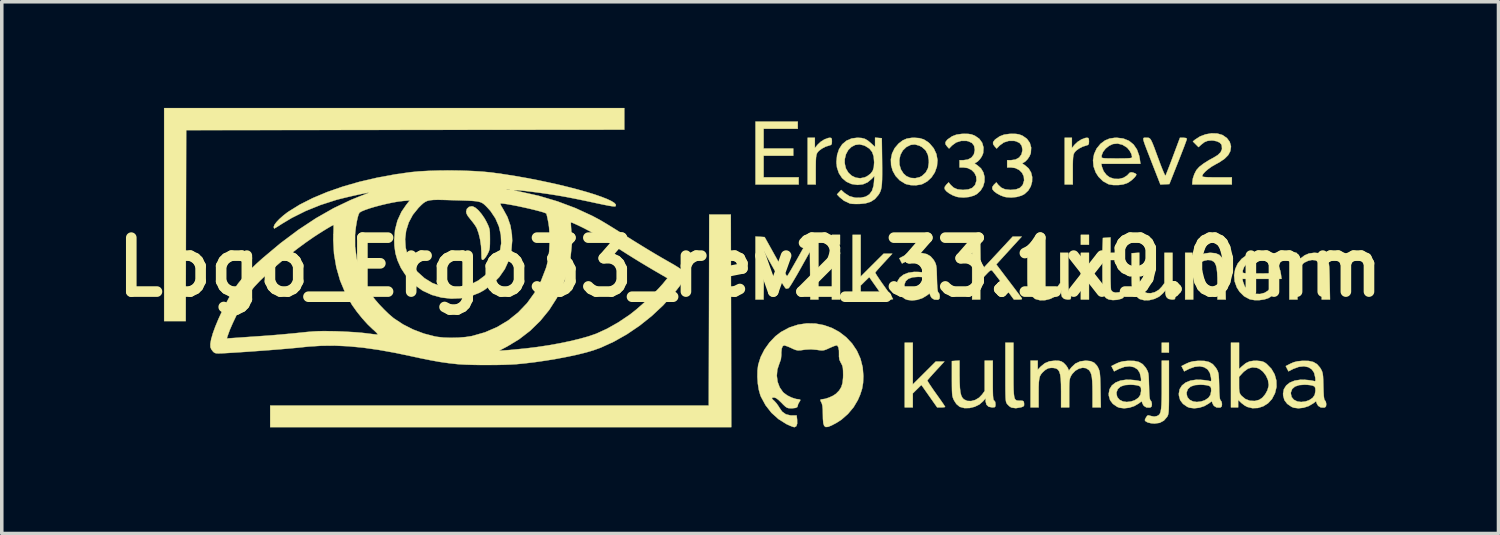
<source format=kicad_pcb>
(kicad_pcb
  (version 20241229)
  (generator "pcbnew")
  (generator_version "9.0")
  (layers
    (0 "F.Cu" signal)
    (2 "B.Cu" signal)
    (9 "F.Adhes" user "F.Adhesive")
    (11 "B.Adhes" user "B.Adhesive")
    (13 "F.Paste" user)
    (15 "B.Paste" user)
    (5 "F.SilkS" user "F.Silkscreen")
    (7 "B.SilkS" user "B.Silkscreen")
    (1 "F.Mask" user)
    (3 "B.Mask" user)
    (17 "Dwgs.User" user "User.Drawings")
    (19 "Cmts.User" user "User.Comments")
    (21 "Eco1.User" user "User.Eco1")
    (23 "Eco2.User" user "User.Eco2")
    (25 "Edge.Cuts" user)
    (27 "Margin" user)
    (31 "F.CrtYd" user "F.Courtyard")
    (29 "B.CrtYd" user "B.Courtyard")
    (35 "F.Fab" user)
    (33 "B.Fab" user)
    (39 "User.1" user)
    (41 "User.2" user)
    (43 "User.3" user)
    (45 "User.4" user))
  (footprint "Logo_Ergo33_rev2_33.1x9.0mm"
    (layer "F.Cu")
    (at 18.15 4.501)
    (property "Reference" "Logo_Ergo33_rev2_33.1x9.0mm" (at 0 0 0) (layer "F.SilkS") (effects (font (size 1.524 1.524) (thickness 0.3))))
    (attr through_hole)
    (fp_poly (pts (xy 2.54 -0.635) (xy 2.311 -0.635) (xy 2.311 -0.914) (xy 2.54 -0.914) (xy 2.54 -0.635)) (stroke (width 0.01) (type solid)) (fill yes) (layer "F.SilkS"))
    (fp_poly (pts (xy 2.54 0.914) (xy 2.311 0.914) (xy 2.311 -0.406) (xy 2.54 -0.406) (xy 2.54 0.914)) (stroke (width 0.01) (type solid)) (fill yes) (layer "F.SilkS"))
    (fp_poly (pts (xy 9.576 -0.635) (xy 9.347 -0.635) (xy 9.347 -0.914) (xy 9.576 -0.914) (xy 9.576 -0.635)) (stroke (width 0.01) (type solid)) (fill yes) (layer "F.SilkS"))
    (fp_poly (pts (xy 9.576 0.914) (xy 9.347 0.914) (xy 9.347 -0.406) (xy 9.576 -0.406) (xy 9.576 0.914)) (stroke (width 0.01) (type solid)) (fill yes) (layer "F.SilkS"))
    (fp_poly (pts (xy 11.836 2.413) (xy 11.633 2.413) (xy 11.633 2.134) (xy 11.836 2.134) (xy 11.836 2.413)) (stroke (width 0.01) (type solid)) (fill yes) (layer "F.SilkS"))
    (fp_poly (pts (xy -0.533 4.521) (xy -13.564 4.521) (xy -13.564 3.912) (xy -1.169 3.912) (xy -1.162 1.213) (xy -1.156 -1.486) (xy -0.546 -1.486) (xy -0.533 4.521)) (stroke (width 0.01) (type solid)) (fill yes) (layer "F.SilkS"))
    (fp_poly (pts (xy -3.556 -3.886) (xy -9.747 -3.88) (xy -15.938 -3.873) (xy -15.945 -1.175) (xy -15.951 1.524) (xy -16.561 1.524) (xy -16.561 -4.496) (xy -3.556 -4.496) (xy -3.556 -3.886)) (stroke (width 0.01) (type solid)) (fill yes) (layer "F.SilkS"))
    (fp_poly (pts (xy 1.346 -3.912) (xy 0.381 -3.912) (xy 0.381 -3.353) (xy 1.219 -3.353) (xy 1.219 -3.15) (xy 0.381 -3.15) (xy 0.381 -2.54) (xy 1.372 -2.54) (xy 1.372 -2.337) (xy 0.152 -2.337) (xy 0.152 -4.115) (xy 1.346 -4.115) (xy 1.346 -3.912)) (stroke (width 0.01) (type solid)) (fill yes) (layer "F.SilkS"))
    (fp_poly (pts (xy 1.829 -3.367) (xy 1.91 -3.465) (xy 1.995 -3.545) (xy 2.098 -3.61) (xy 2.202 -3.65) (xy 2.254 -3.657) (xy 2.291 -3.651) (xy 2.308 -3.621) (xy 2.311 -3.556) (xy 2.307 -3.49) (xy 2.288 -3.457) (xy 2.243 -3.441) (xy 2.242 -3.441) (xy 2.134 -3.407) (xy 2.029 -3.352) (xy 1.943 -3.288) (xy 1.901 -3.239) (xy 1.883 -3.204) (xy 1.871 -3.16) (xy 1.862 -3.098) (xy 1.857 -3.011) (xy 1.855 -2.888) (xy 1.854 -2.75) (xy 1.854 -2.337) (xy 1.626 -2.337) (xy 1.626 -3.658) (xy 1.829 -3.658) (xy 1.829 -3.367)) (stroke (width 0.01) (type solid)) (fill yes) (layer "F.SilkS"))
    (fp_poly (pts (xy 9.093 -3.367) (xy 9.174 -3.465) (xy 9.259 -3.545) (xy 9.363 -3.61) (xy 9.466 -3.65) (xy 9.519 -3.657) (xy 9.556 -3.651) (xy 9.572 -3.621) (xy 9.576 -3.556) (xy 9.572 -3.49) (xy 9.552 -3.457) (xy 9.508 -3.441) (xy 9.506 -3.441) (xy 9.399 -3.407) (xy 9.293 -3.352) (xy 9.207 -3.288) (xy 9.166 -3.239) (xy 9.148 -3.204) (xy 9.135 -3.16) (xy 9.127 -3.098) (xy 9.122 -3.011) (xy 9.119 -2.888) (xy 9.119 -2.75) (xy 9.119 -2.337) (xy 8.89 -2.337) (xy 8.89 -3.658) (xy 9.093 -3.658) (xy 9.093 -3.367)) (stroke (width 0.01) (type solid)) (fill yes) (layer "F.SilkS"))
    (fp_poly (pts (xy 3.124 0.266) (xy 3.448 -0.058) (xy 3.773 -0.381) (xy 4.017 -0.381) (xy 3.78 -0.125) (xy 3.693 -0.03) (xy 3.619 0.052) (xy 3.565 0.114) (xy 3.538 0.148) (xy 3.536 0.152) (xy 3.547 0.178) (xy 3.584 0.239) (xy 3.642 0.326) (xy 3.715 0.433) (xy 3.783 0.529) (xy 3.867 0.646) (xy 3.939 0.749) (xy 3.995 0.83) (xy 4.029 0.883) (xy 4.039 0.9) (xy 4.016 0.908) (xy 3.959 0.914) (xy 3.926 0.914) (xy 3.813 0.914) (xy 3.59 0.597) (xy 3.367 0.28) (xy 3.245 0.399) (xy 3.124 0.519) (xy 3.124 0.914) (xy 2.896 0.914) (xy 2.896 -0.914) (xy 3.124 -0.914) (xy 3.124 0.266)) (stroke (width 0.01) (type solid)) (fill yes) (layer "F.SilkS"))
    (fp_poly (pts (xy 4.597 3.314) (xy 4.922 2.99) (xy 5.246 2.667) (xy 5.49 2.667) (xy 5.253 2.923) (xy 5.166 3.018) (xy 5.093 3.1) (xy 5.039 3.162) (xy 5.011 3.196) (xy 5.009 3.2) (xy 5.02 3.226) (xy 5.057 3.287) (xy 5.115 3.374) (xy 5.188 3.481) (xy 5.256 3.577) (xy 5.34 3.694) (xy 5.412 3.797) (xy 5.468 3.878) (xy 5.502 3.931) (xy 5.512 3.948) (xy 5.489 3.956) (xy 5.432 3.962) (xy 5.399 3.962) (xy 5.286 3.962) (xy 5.063 3.645) (xy 4.84 3.328) (xy 4.719 3.447) (xy 4.597 3.567) (xy 4.597 3.962) (xy 4.369 3.962) (xy 4.369 2.134) (xy 4.597 2.134) (xy 4.597 3.314)) (stroke (width 0.01) (type solid)) (fill yes) (layer "F.SilkS"))
    (fp_poly (pts (xy 6.508 -0.377) (xy 6.515 0.109) (xy 6.968 -0.377) (xy 7.42 -0.864) (xy 7.675 -0.864) (xy 7.316 -0.471) (xy 6.957 -0.078) (xy 7.309 0.387) (xy 7.411 0.521) (xy 7.503 0.643) (xy 7.581 0.746) (xy 7.639 0.825) (xy 7.673 0.872) (xy 7.681 0.883) (xy 7.679 0.903) (xy 7.638 0.912) (xy 7.577 0.914) (xy 7.455 0.914) (xy 7.163 0.519) (xy 7.07 0.394) (xy 6.986 0.282) (xy 6.915 0.191) (xy 6.864 0.126) (xy 6.837 0.094) (xy 6.836 0.094) (xy 6.812 0.086) (xy 6.777 0.102) (xy 6.726 0.148) (xy 6.651 0.226) (xy 6.502 0.388) (xy 6.502 0.914) (xy 6.274 0.914) (xy 6.274 -0.864) (xy 6.501 -0.864) (xy 6.508 -0.377)) (stroke (width 0.01) (type solid)) (fill yes) (layer "F.SilkS"))
    (fp_poly (pts (xy 7.442 2.903) (xy 7.442 3.136) (xy 7.443 3.323) (xy 7.446 3.469) (xy 7.453 3.58) (xy 7.463 3.659) (xy 7.478 3.713) (xy 7.5 3.746) (xy 7.529 3.764) (xy 7.566 3.771) (xy 7.612 3.772) (xy 7.624 3.772) (xy 7.693 3.775) (xy 7.726 3.789) (xy 7.739 3.827) (xy 7.742 3.853) (xy 7.742 3.907) (xy 7.721 3.936) (xy 7.664 3.958) (xy 7.653 3.961) (xy 7.51 3.985) (xy 7.392 3.969) (xy 7.376 3.963) (xy 7.323 3.928) (xy 7.269 3.873) (xy 7.268 3.872) (xy 7.253 3.852) (xy 7.241 3.829) (xy 7.232 3.798) (xy 7.225 3.753) (xy 7.22 3.688) (xy 7.217 3.599) (xy 7.215 3.48) (xy 7.214 3.324) (xy 7.214 3.127) (xy 7.214 2.968) (xy 7.214 2.134) (xy 7.442 2.134) (xy 7.442 2.903)) (stroke (width 0.01) (type solid)) (fill yes) (layer "F.SilkS"))
    (fp_poly (pts (xy 11.836 3.394) (xy 11.836 3.61) (xy 11.836 3.782) (xy 11.834 3.915) (xy 11.831 4.014) (xy 11.826 4.088) (xy 11.819 4.14) (xy 11.81 4.178) (xy 11.798 4.207) (xy 11.784 4.231) (xy 11.693 4.336) (xy 11.575 4.399) (xy 11.428 4.419) (xy 11.427 4.419) (xy 11.334 4.411) (xy 11.252 4.392) (xy 11.22 4.38) (xy 11.17 4.349) (xy 11.155 4.321) (xy 11.172 4.278) (xy 11.192 4.243) (xy 11.222 4.199) (xy 11.255 4.186) (xy 11.309 4.2) (xy 11.323 4.205) (xy 11.419 4.223) (xy 11.488 4.21) (xy 11.528 4.193) (xy 11.56 4.168) (xy 11.585 4.131) (xy 11.603 4.075) (xy 11.616 3.996) (xy 11.625 3.887) (xy 11.63 3.745) (xy 11.633 3.562) (xy 11.633 3.334) (xy 11.633 3.328) (xy 11.633 2.642) (xy 11.836 2.642) (xy 11.836 3.394)) (stroke (width 0.01) (type solid)) (fill yes) (layer "F.SilkS"))
    (fp_poly (pts (xy 0.281 -0.859) (xy 0.41 -0.851) (xy 0.718 -0.298) (xy 0.803 -0.147) (xy 0.881 -0.011) (xy 0.947 0.102) (xy 0.999 0.188) (xy 1.032 0.241) (xy 1.044 0.254) (xy 1.06 0.233) (xy 1.098 0.173) (xy 1.153 0.08) (xy 1.221 -0.039) (xy 1.301 -0.179) (xy 1.372 -0.305) (xy 1.683 -0.864) (xy 1.93 -0.864) (xy 1.93 0.914) (xy 1.703 0.914) (xy 1.696 0.239) (xy 1.689 -0.437) (xy 1.408 0.066) (xy 1.325 0.212) (xy 1.248 0.343) (xy 1.182 0.454) (xy 1.13 0.536) (xy 1.096 0.584) (xy 1.087 0.593) (xy 1.034 0.607) (xy 1.01 0.603) (xy 0.987 0.577) (xy 0.944 0.514) (xy 0.884 0.418) (xy 0.812 0.298) (xy 0.731 0.158) (xy 0.683 0.073) (xy 0.394 -0.443) (xy 0.38 0.914) (xy 0.152 0.914) (xy 0.152 -0.866) (xy 0.281 -0.859)) (stroke (width 0.01) (type solid)) (fill yes) (layer "F.SilkS"))
    (fp_poly (pts (xy -7.834 -1.716) (xy -7.761 -1.678) (xy -7.676 -1.603) (xy -7.588 -1.499) (xy -7.504 -1.376) (xy -7.449 -1.276) (xy -7.408 -1.19) (xy -7.381 -1.124) (xy -7.364 -1.06) (xy -7.356 -0.987) (xy -7.354 -0.887) (xy -7.353 -0.789) (xy -7.354 -0.66) (xy -7.358 -0.569) (xy -7.367 -0.502) (xy -7.384 -0.447) (xy -7.412 -0.389) (xy -7.429 -0.356) (xy -7.476 -0.281) (xy -7.521 -0.227) (xy -7.55 -0.208) (xy -7.571 -0.209) (xy -7.585 -0.228) (xy -7.592 -0.274) (xy -7.594 -0.357) (xy -7.595 -0.426) (xy -7.605 -0.603) (xy -7.632 -0.787) (xy -7.674 -0.959) (xy -7.725 -1.101) (xy -7.736 -1.122) (xy -7.774 -1.184) (xy -7.834 -1.266) (xy -7.902 -1.35) (xy -7.902 -1.351) (xy -7.977 -1.445) (xy -8.016 -1.518) (xy -8.026 -1.572) (xy -8.004 -1.649) (xy -7.947 -1.703) (xy -7.869 -1.721) (xy -7.834 -1.716)) (stroke (width 0.01) (type solid)) (fill yes) (layer "F.SilkS"))
    (fp_poly (pts (xy 12.497 -0.146) (xy 12.601 -0.241) (xy 12.724 -0.334) (xy 12.847 -0.387) (xy 12.988 -0.406) (xy 13.018 -0.406) (xy 13.156 -0.393) (xy 13.259 -0.349) (xy 13.337 -0.269) (xy 13.366 -0.222) (xy 13.385 -0.181) (xy 13.4 -0.139) (xy 13.41 -0.085) (xy 13.418 -0.014) (xy 13.424 0.084) (xy 13.428 0.216) (xy 13.432 0.391) (xy 13.432 0.4) (xy 13.442 0.914) (xy 13.208 0.914) (xy 13.208 0.502) (xy 13.206 0.305) (xy 13.199 0.152) (xy 13.186 0.036) (xy 13.166 -0.05) (xy 13.138 -0.112) (xy 13.105 -0.154) (xy 13.03 -0.196) (xy 12.932 -0.204) (xy 12.825 -0.181) (xy 12.719 -0.131) (xy 12.627 -0.057) (xy 12.587 -0.007) (xy 12.563 0.031) (xy 12.545 0.067) (xy 12.534 0.111) (xy 12.527 0.173) (xy 12.524 0.26) (xy 12.522 0.383) (xy 12.522 0.501) (xy 12.522 0.914) (xy 12.294 0.914) (xy 12.294 -0.406) (xy 12.497 -0.406) (xy 12.497 -0.146)) (stroke (width 0.01) (type solid)) (fill yes) (layer "F.SilkS"))
    (fp_poly (pts (xy 15.443 -0.146) (xy 15.548 -0.241) (xy 15.67 -0.334) (xy 15.793 -0.387) (xy 15.935 -0.406) (xy 15.964 -0.406) (xy 16.102 -0.393) (xy 16.206 -0.349) (xy 16.283 -0.269) (xy 16.312 -0.222) (xy 16.331 -0.181) (xy 16.346 -0.139) (xy 16.357 -0.085) (xy 16.365 -0.014) (xy 16.37 0.084) (xy 16.374 0.216) (xy 16.378 0.391) (xy 16.378 0.4) (xy 16.388 0.914) (xy 16.154 0.914) (xy 16.154 0.502) (xy 16.152 0.305) (xy 16.145 0.152) (xy 16.132 0.036) (xy 16.112 -0.05) (xy 16.084 -0.112) (xy 16.051 -0.154) (xy 15.976 -0.196) (xy 15.879 -0.204) (xy 15.771 -0.181) (xy 15.665 -0.131) (xy 15.573 -0.057) (xy 15.533 -0.007) (xy 15.509 0.031) (xy 15.492 0.067) (xy 15.48 0.111) (xy 15.474 0.173) (xy 15.47 0.26) (xy 15.469 0.383) (xy 15.469 0.501) (xy 15.469 0.914) (xy 15.24 0.914) (xy 15.24 -0.406) (xy 15.443 -0.406) (xy 15.443 -0.146)) (stroke (width 0.01) (type solid)) (fill yes) (layer "F.SilkS"))
    (fp_poly (pts (xy 10.185 -0.406) (xy 10.49 -0.406) (xy 10.49 -0.203) (xy 10.185 -0.203) (xy 10.185 0.201) (xy 10.186 0.342) (xy 10.189 0.467) (xy 10.193 0.566) (xy 10.198 0.63) (xy 10.202 0.648) (xy 10.246 0.697) (xy 10.323 0.719) (xy 10.42 0.71) (xy 10.428 0.708) (xy 10.505 0.697) (xy 10.549 0.72) (xy 10.565 0.784) (xy 10.566 0.807) (xy 10.546 0.862) (xy 10.497 0.891) (xy 10.377 0.922) (xy 10.252 0.93) (xy 10.143 0.914) (xy 10.115 0.903) (xy 10.063 0.874) (xy 10.024 0.835) (xy 9.996 0.779) (xy 9.976 0.699) (xy 9.964 0.59) (xy 9.959 0.443) (xy 9.957 0.253) (xy 9.957 0.244) (xy 9.957 -0.2) (xy 9.874 -0.208) (xy 9.819 -0.218) (xy 9.796 -0.246) (xy 9.792 -0.305) (xy 9.796 -0.365) (xy 9.82 -0.392) (xy 9.873 -0.402) (xy 9.955 -0.409) (xy 9.962 -0.617) (xy 9.97 -0.826) (xy 10.077 -0.833) (xy 10.185 -0.841) (xy 10.185 -0.406)) (stroke (width 0.01) (type solid)) (fill yes) (layer "F.SilkS"))
    (fp_poly (pts (xy 11.188 -3.658) (xy 11.198 -3.658) (xy 11.235 -3.658) (xy 11.265 -3.654) (xy 11.291 -3.641) (xy 11.316 -3.614) (xy 11.343 -3.567) (xy 11.376 -3.494) (xy 11.417 -3.391) (xy 11.468 -3.252) (xy 11.535 -3.071) (xy 11.546 -3.042) (xy 11.599 -2.898) (xy 11.648 -2.774) (xy 11.689 -2.676) (xy 11.719 -2.61) (xy 11.736 -2.585) (xy 11.737 -2.585) (xy 11.751 -2.613) (xy 11.779 -2.682) (xy 11.819 -2.784) (xy 11.869 -2.913) (xy 11.925 -3.061) (xy 11.951 -3.131) (xy 12.148 -3.658) (xy 12.246 -3.658) (xy 12.316 -3.65) (xy 12.343 -3.629) (xy 12.343 -3.626) (xy 12.334 -3.595) (xy 12.308 -3.523) (xy 12.269 -3.417) (xy 12.217 -3.283) (xy 12.157 -3.129) (xy 12.095 -2.972) (xy 11.848 -2.349) (xy 11.722 -2.343) (xy 11.595 -2.336) (xy 11.359 -2.94) (xy 11.28 -3.144) (xy 11.217 -3.305) (xy 11.17 -3.429) (xy 11.137 -3.52) (xy 11.118 -3.583) (xy 11.112 -3.624) (xy 11.117 -3.647) (xy 11.132 -3.657) (xy 11.156 -3.659) (xy 11.188 -3.658)) (stroke (width 0.01) (type solid)) (fill yes) (layer "F.SilkS"))
    (fp_poly (pts (xy 5.918 3.048) (xy 5.921 3.252) (xy 5.929 3.412) (xy 5.943 3.534) (xy 5.965 3.624) (xy 5.997 3.688) (xy 6.038 3.733) (xy 6.039 3.734) (xy 6.134 3.779) (xy 6.245 3.784) (xy 6.361 3.753) (xy 6.469 3.689) (xy 6.556 3.599) (xy 6.629 3.498) (xy 6.629 2.642) (xy 6.858 2.642) (xy 6.858 3.198) (xy 6.858 3.383) (xy 6.86 3.524) (xy 6.863 3.626) (xy 6.869 3.696) (xy 6.876 3.739) (xy 6.887 3.761) (xy 6.896 3.768) (xy 6.925 3.805) (xy 6.934 3.873) (xy 6.931 3.93) (xy 6.912 3.956) (xy 6.862 3.962) (xy 6.834 3.962) (xy 6.74 3.943) (xy 6.68 3.886) (xy 6.655 3.793) (xy 6.655 3.777) (xy 6.655 3.705) (xy 6.586 3.786) (xy 6.48 3.879) (xy 6.348 3.944) (xy 6.203 3.98) (xy 6.06 3.983) (xy 5.932 3.949) (xy 5.918 3.942) (xy 5.829 3.867) (xy 5.766 3.77) (xy 5.744 3.725) (xy 5.728 3.682) (xy 5.716 3.634) (xy 5.709 3.571) (xy 5.705 3.486) (xy 5.703 3.369) (xy 5.702 3.213) (xy 5.702 3.15) (xy 5.702 2.654) (xy 5.81 2.646) (xy 5.918 2.639) (xy 5.918 3.048)) (stroke (width 0.01) (type solid)) (fill yes) (layer "F.SilkS"))
    (fp_poly (pts (xy 8.052 -0.000009) (xy 8.054 0.204) (xy 8.062 0.364) (xy 8.077 0.486) (xy 8.099 0.576) (xy 8.13 0.64) (xy 8.171 0.685) (xy 8.173 0.686) (xy 8.267 0.731) (xy 8.379 0.736) (xy 8.494 0.705) (xy 8.603 0.641) (xy 8.69 0.551) (xy 8.763 0.45) (xy 8.763 -0.406) (xy 8.992 -0.406) (xy 8.992 0.15) (xy 8.992 0.335) (xy 8.994 0.476) (xy 8.997 0.578) (xy 9.002 0.648) (xy 9.01 0.691) (xy 9.02 0.713) (xy 9.03 0.72) (xy 9.059 0.757) (xy 9.068 0.825) (xy 9.065 0.882) (xy 9.046 0.908) (xy 8.996 0.914) (xy 8.968 0.914) (xy 8.874 0.895) (xy 8.813 0.838) (xy 8.789 0.745) (xy 8.788 0.729) (xy 8.788 0.657) (xy 8.72 0.738) (xy 8.614 0.831) (xy 8.482 0.896) (xy 8.337 0.932) (xy 8.194 0.935) (xy 8.066 0.901) (xy 8.051 0.894) (xy 7.962 0.819) (xy 7.899 0.722) (xy 7.878 0.677) (xy 7.861 0.634) (xy 7.85 0.586) (xy 7.843 0.523) (xy 7.838 0.438) (xy 7.836 0.321) (xy 7.836 0.165) (xy 7.836 0.102) (xy 7.836 -0.394) (xy 7.944 -0.402) (xy 8.052 -0.409) (xy 8.052 -0.000009)) (stroke (width 0.01) (type solid)) (fill yes) (layer "F.SilkS"))
    (fp_poly (pts (xy 10.998 -0.000009) (xy 11.001 0.204) (xy 11.009 0.364) (xy 11.023 0.486) (xy 11.045 0.576) (xy 11.077 0.64) (xy 11.118 0.685) (xy 11.119 0.686) (xy 11.214 0.731) (xy 11.325 0.736) (xy 11.441 0.705) (xy 11.549 0.641) (xy 11.636 0.551) (xy 11.709 0.45) (xy 11.709 -0.406) (xy 11.938 -0.406) (xy 11.938 0.15) (xy 11.938 0.335) (xy 11.94 0.476) (xy 11.943 0.578) (xy 11.949 0.648) (xy 11.956 0.691) (xy 11.967 0.713) (xy 11.976 0.72) (xy 12.005 0.757) (xy 12.014 0.825) (xy 12.011 0.882) (xy 11.992 0.908) (xy 11.942 0.914) (xy 11.914 0.914) (xy 11.82 0.895) (xy 11.76 0.838) (xy 11.735 0.745) (xy 11.735 0.729) (xy 11.735 0.657) (xy 11.666 0.738) (xy 11.56 0.831) (xy 11.428 0.896) (xy 11.283 0.932) (xy 11.14 0.935) (xy 11.012 0.901) (xy 10.998 0.894) (xy 10.909 0.819) (xy 10.846 0.722) (xy 10.824 0.677) (xy 10.808 0.634) (xy 10.796 0.586) (xy 10.789 0.523) (xy 10.785 0.438) (xy 10.783 0.321) (xy 10.782 0.165) (xy 10.782 0.102) (xy 10.782 -0.394) (xy 10.89 -0.402) (xy 10.998 -0.409) (xy 10.998 -0.000009)) (stroke (width 0.01) (type solid)) (fill yes) (layer "F.SilkS"))
    (fp_poly (pts (xy 13.201 -3.778) (xy 13.344 -3.737) (xy 13.36 -3.729) (xy 13.476 -3.647) (xy 13.554 -3.542) (xy 13.588 -3.423) (xy 13.589 -3.399) (xy 13.57 -3.278) (xy 13.511 -3.168) (xy 13.408 -3.064) (xy 13.26 -2.964) (xy 13.155 -2.907) (xy 13.048 -2.846) (xy 12.947 -2.774) (xy 12.862 -2.701) (xy 12.802 -2.635) (xy 12.777 -2.583) (xy 12.776 -2.578) (xy 12.783 -2.564) (xy 12.807 -2.553) (xy 12.856 -2.547) (xy 12.937 -2.542) (xy 13.055 -2.54) (xy 13.195 -2.54) (xy 13.614 -2.54) (xy 13.614 -2.337) (xy 12.497 -2.337) (xy 12.497 -2.394) (xy 12.513 -2.508) (xy 12.555 -2.633) (xy 12.613 -2.745) (xy 12.615 -2.747) (xy 12.693 -2.834) (xy 12.814 -2.928) (xy 12.968 -3.025) (xy 13.08 -3.086) (xy 13.213 -3.166) (xy 13.298 -3.249) (xy 13.336 -3.337) (xy 13.33 -3.434) (xy 13.319 -3.466) (xy 13.275 -3.518) (xy 13.194 -3.557) (xy 13.09 -3.579) (xy 13.042 -3.581) (xy 12.932 -3.571) (xy 12.842 -3.536) (xy 12.751 -3.465) (xy 12.744 -3.459) (xy 12.673 -3.393) (xy 12.513 -3.553) (xy 12.575 -3.605) (xy 12.713 -3.694) (xy 12.872 -3.754) (xy 13.039 -3.783) (xy 13.201 -3.778)) (stroke (width 0.01) (type solid)) (fill yes) (layer "F.SilkS"))
    (fp_poly (pts (xy 4.786 -3.647) (xy 4.909 -3.61) (xy 5.021 -3.539) (xy 5.075 -3.494) (xy 5.19 -3.357) (xy 5.264 -3.198) (xy 5.295 -3.026) (xy 5.28 -2.85) (xy 5.219 -2.678) (xy 5.218 -2.677) (xy 5.125 -2.537) (xy 5.005 -2.425) (xy 4.871 -2.351) (xy 4.832 -2.338) (xy 4.688 -2.315) (xy 4.54 -2.319) (xy 4.407 -2.348) (xy 4.38 -2.359) (xy 4.228 -2.454) (xy 4.111 -2.578) (xy 4.029 -2.724) (xy 3.984 -2.883) (xy 3.978 -3.039) (xy 4.217 -3.039) (xy 4.221 -2.897) (xy 4.261 -2.762) (xy 4.336 -2.644) (xy 4.417 -2.573) (xy 4.533 -2.523) (xy 4.663 -2.514) (xy 4.79 -2.543) (xy 4.858 -2.579) (xy 4.963 -2.676) (xy 5.027 -2.798) (xy 5.051 -2.95) (xy 5.05 -3.023) (xy 5.023 -3.179) (xy 4.96 -3.302) (xy 4.857 -3.394) (xy 4.782 -3.434) (xy 4.658 -3.469) (xy 4.542 -3.458) (xy 4.421 -3.399) (xy 4.416 -3.396) (xy 4.315 -3.299) (xy 4.248 -3.176) (xy 4.217 -3.039) (xy 3.978 -3.039) (xy 3.978 -3.049) (xy 4.011 -3.212) (xy 4.085 -3.364) (xy 4.196 -3.494) (xy 4.311 -3.582) (xy 4.426 -3.633) (xy 4.562 -3.655) (xy 4.636 -3.658) (xy 4.786 -3.647)) (stroke (width 0.01) (type solid)) (fill yes) (layer "F.SilkS"))
    (fp_poly (pts (xy 13.818 2.88) (xy 13.9 2.802) (xy 14.009 2.713) (xy 14.116 2.663) (xy 14.24 2.645) (xy 14.328 2.646) (xy 14.43 2.655) (xy 14.501 2.673) (xy 14.562 2.707) (xy 14.597 2.734) (xy 14.732 2.872) (xy 14.824 3.031) (xy 14.872 3.205) (xy 14.876 3.384) (xy 14.833 3.562) (xy 14.747 3.727) (xy 14.637 3.846) (xy 14.502 3.931) (xy 14.351 3.979) (xy 14.196 3.985) (xy 14.047 3.948) (xy 14.046 3.947) (xy 13.969 3.904) (xy 13.891 3.844) (xy 13.875 3.829) (xy 13.792 3.749) (xy 13.792 3.962) (xy 13.589 3.962) (xy 13.589 3.098) (xy 13.818 3.098) (xy 13.818 3.325) (xy 13.819 3.436) (xy 13.825 3.51) (xy 13.838 3.561) (xy 13.862 3.603) (xy 13.886 3.634) (xy 13.995 3.725) (xy 14.125 3.775) (xy 14.265 3.781) (xy 14.387 3.749) (xy 14.477 3.688) (xy 14.558 3.592) (xy 14.62 3.478) (xy 14.653 3.36) (xy 14.656 3.317) (xy 14.635 3.188) (xy 14.578 3.062) (xy 14.495 2.953) (xy 14.394 2.874) (xy 14.323 2.844) (xy 14.193 2.831) (xy 14.072 2.866) (xy 13.956 2.95) (xy 13.922 2.984) (xy 13.818 3.098) (xy 13.589 3.098) (xy 13.589 2.134) (xy 13.818 2.134) (xy 13.818 2.88)) (stroke (width 0.01) (type solid)) (fill yes) (layer "F.SilkS"))
    (fp_poly (pts (xy 10.547 -3.636) (xy 10.706 -3.572) (xy 10.835 -3.468) (xy 10.932 -3.326) (xy 10.995 -3.149) (xy 11.013 -3.052) (xy 11.03 -2.921) (xy 9.925 -2.921) (xy 9.941 -2.841) (xy 9.989 -2.714) (xy 10.071 -2.606) (xy 10.162 -2.539) (xy 10.29 -2.497) (xy 10.425 -2.494) (xy 10.551 -2.526) (xy 10.655 -2.592) (xy 10.687 -2.627) (xy 10.731 -2.672) (xy 10.777 -2.682) (xy 10.823 -2.673) (xy 10.882 -2.651) (xy 10.914 -2.626) (xy 10.915 -2.624) (xy 10.904 -2.587) (xy 10.861 -2.533) (xy 10.797 -2.472) (xy 10.722 -2.415) (xy 10.653 -2.375) (xy 10.543 -2.339) (xy 10.407 -2.321) (xy 10.268 -2.321) (xy 10.148 -2.34) (xy 10.125 -2.347) (xy 9.972 -2.431) (xy 9.845 -2.556) (xy 9.767 -2.678) (xy 9.706 -2.848) (xy 9.691 -3.024) (xy 9.709 -3.125) (xy 9.931 -3.125) (xy 9.933 -3.107) (xy 9.944 -3.093) (xy 9.971 -3.084) (xy 10.021 -3.078) (xy 10.1 -3.075) (xy 10.217 -3.074) (xy 10.363 -3.073) (xy 10.523 -3.074) (xy 10.638 -3.076) (xy 10.717 -3.08) (xy 10.764 -3.087) (xy 10.788 -3.097) (xy 10.795 -3.111) (xy 10.795 -3.112) (xy 10.776 -3.196) (xy 10.728 -3.289) (xy 10.661 -3.371) (xy 10.645 -3.385) (xy 10.521 -3.461) (xy 10.386 -3.494) (xy 10.253 -3.481) (xy 10.25 -3.48) (xy 10.142 -3.429) (xy 10.046 -3.351) (xy 9.973 -3.258) (xy 9.935 -3.161) (xy 9.931 -3.125) (xy 9.709 -3.125) (xy 9.721 -3.195) (xy 9.793 -3.353) (xy 9.905 -3.489) (xy 9.908 -3.491) (xy 10.03 -3.582) (xy 10.158 -3.635) (xy 10.31 -3.657) (xy 10.361 -3.658) (xy 10.547 -3.636)) (stroke (width 0.01) (type solid)) (fill yes) (layer "F.SilkS"))
    (fp_poly (pts (xy 14.535 -0.385) (xy 14.694 -0.321) (xy 14.823 -0.217) (xy 14.92 -0.075) (xy 14.983 0.103) (xy 15.001 0.199) (xy 15.018 0.33) (xy 13.913 0.33) (xy 13.929 0.41) (xy 13.976 0.537) (xy 14.059 0.646) (xy 14.149 0.712) (xy 14.278 0.754) (xy 14.412 0.758) (xy 14.539 0.725) (xy 14.643 0.659) (xy 14.675 0.624) (xy 14.719 0.579) (xy 14.765 0.569) (xy 14.811 0.578) (xy 14.87 0.6) (xy 14.902 0.626) (xy 14.903 0.628) (xy 14.892 0.664) (xy 14.849 0.718) (xy 14.784 0.779) (xy 14.71 0.836) (xy 14.641 0.877) (xy 14.53 0.912) (xy 14.395 0.931) (xy 14.256 0.931) (xy 14.136 0.911) (xy 14.113 0.904) (xy 13.96 0.821) (xy 13.833 0.695) (xy 13.755 0.573) (xy 13.694 0.403) (xy 13.679 0.228) (xy 13.697 0.126) (xy 13.919 0.126) (xy 13.921 0.145) (xy 13.932 0.158) (xy 13.959 0.168) (xy 14.008 0.173) (xy 14.088 0.176) (xy 14.205 0.178) (xy 14.351 0.178) (xy 14.511 0.177) (xy 14.626 0.175) (xy 14.704 0.171) (xy 14.752 0.164) (xy 14.776 0.154) (xy 14.783 0.14) (xy 14.783 0.139) (xy 14.764 0.055) (xy 14.716 -0.038) (xy 14.649 -0.119) (xy 14.633 -0.134) (xy 14.509 -0.209) (xy 14.374 -0.242) (xy 14.24 -0.229) (xy 14.238 -0.229) (xy 14.13 -0.178) (xy 14.034 -0.1) (xy 13.961 -0.007) (xy 13.923 0.09) (xy 13.919 0.126) (xy 13.697 0.126) (xy 13.708 0.056) (xy 13.78 -0.102) (xy 13.893 -0.238) (xy 13.896 -0.24) (xy 14.018 -0.331) (xy 14.146 -0.384) (xy 14.298 -0.405) (xy 14.349 -0.406) (xy 14.535 -0.385)) (stroke (width 0.01) (type solid)) (fill yes) (layer "F.SilkS"))
    (fp_poly (pts (xy 8.128 2.899) (xy 8.213 2.809) (xy 8.328 2.715) (xy 8.459 2.66) (xy 8.62 2.642) (xy 8.633 2.642) (xy 8.728 2.646) (xy 8.793 2.662) (xy 8.849 2.696) (xy 8.866 2.71) (xy 8.927 2.773) (xy 8.973 2.84) (xy 8.978 2.851) (xy 9.009 2.924) (xy 9.078 2.833) (xy 9.189 2.727) (xy 9.328 2.662) (xy 9.488 2.642) (xy 9.624 2.656) (xy 9.725 2.701) (xy 9.803 2.785) (xy 9.836 2.844) (xy 9.856 2.888) (xy 9.871 2.934) (xy 9.882 2.991) (xy 9.889 3.066) (xy 9.895 3.168) (xy 9.899 3.306) (xy 9.902 3.461) (xy 9.911 3.962) (xy 9.677 3.962) (xy 9.677 3.562) (xy 9.675 3.371) (xy 9.669 3.222) (xy 9.658 3.11) (xy 9.64 3.026) (xy 9.615 2.964) (xy 9.582 2.915) (xy 9.573 2.906) (xy 9.493 2.854) (xy 9.396 2.842) (xy 9.293 2.867) (xy 9.192 2.925) (xy 9.106 3.014) (xy 9.075 3.061) (xy 9.053 3.104) (xy 9.038 3.147) (xy 9.027 3.202) (xy 9.021 3.277) (xy 9.018 3.382) (xy 9.017 3.526) (xy 9.017 3.562) (xy 9.017 3.962) (xy 8.788 3.962) (xy 8.788 3.517) (xy 8.786 3.313) (xy 8.779 3.155) (xy 8.763 3.036) (xy 8.737 2.951) (xy 8.699 2.895) (xy 8.646 2.862) (xy 8.577 2.848) (xy 8.512 2.845) (xy 8.427 2.856) (xy 8.353 2.897) (xy 8.318 2.925) (xy 8.26 2.979) (xy 8.218 3.03) (xy 8.188 3.087) (xy 8.17 3.16) (xy 8.159 3.257) (xy 8.154 3.387) (xy 8.153 3.555) (xy 8.153 3.962) (xy 7.925 3.962) (xy 7.925 2.642) (xy 8.128 2.642) (xy 8.128 2.899)) (stroke (width 0.01) (type solid)) (fill yes) (layer "F.SilkS"))
    (fp_poly (pts (xy 6.164 -3.767) (xy 6.253 -3.753) (xy 6.334 -3.723) (xy 6.355 -3.713) (xy 6.477 -3.628) (xy 6.558 -3.515) (xy 6.596 -3.381) (xy 6.587 -3.233) (xy 6.581 -3.209) (xy 6.547 -3.13) (xy 6.493 -3.051) (xy 6.431 -2.987) (xy 6.372 -2.95) (xy 6.352 -2.946) (xy 6.348 -2.935) (xy 6.381 -2.906) (xy 6.418 -2.883) (xy 6.524 -2.792) (xy 6.592 -2.678) (xy 6.625 -2.549) (xy 6.622 -2.415) (xy 6.585 -2.284) (xy 6.514 -2.166) (xy 6.412 -2.07) (xy 6.324 -2.023) (xy 6.187 -1.984) (xy 6.032 -1.969) (xy 5.885 -1.98) (xy 5.837 -1.99) (xy 5.728 -2.03) (xy 5.628 -2.085) (xy 5.548 -2.145) (xy 5.502 -2.203) (xy 5.498 -2.212) (xy 5.499 -2.266) (xy 5.539 -2.324) (xy 5.546 -2.332) (xy 5.611 -2.397) (xy 5.665 -2.328) (xy 5.751 -2.248) (xy 5.858 -2.201) (xy 5.998 -2.185) (xy 6.02 -2.184) (xy 6.167 -2.198) (xy 6.276 -2.24) (xy 6.349 -2.313) (xy 6.362 -2.336) (xy 6.398 -2.452) (xy 6.388 -2.565) (xy 6.339 -2.667) (xy 6.257 -2.748) (xy 6.147 -2.802) (xy 6.027 -2.819) (xy 5.918 -2.819) (xy 5.918 -3.023) (xy 6.021 -3.023) (xy 6.154 -3.042) (xy 6.256 -3.098) (xy 6.323 -3.187) (xy 6.35 -3.305) (xy 6.35 -3.322) (xy 6.33 -3.431) (xy 6.27 -3.51) (xy 6.169 -3.558) (xy 6.116 -3.569) (xy 5.962 -3.569) (xy 5.822 -3.525) (xy 5.707 -3.441) (xy 5.622 -3.353) (xy 5.567 -3.412) (xy 5.521 -3.477) (xy 5.521 -3.535) (xy 5.567 -3.597) (xy 5.591 -3.618) (xy 5.707 -3.698) (xy 5.832 -3.746) (xy 5.983 -3.767) (xy 6.045 -3.769) (xy 6.164 -3.767)) (stroke (width 0.01) (type solid)) (fill yes) (layer "F.SilkS"))
    (fp_poly (pts (xy 7.51 -3.767) (xy 7.599 -3.753) (xy 7.68 -3.723) (xy 7.702 -3.713) (xy 7.823 -3.628) (xy 7.904 -3.515) (xy 7.942 -3.381) (xy 7.933 -3.233) (xy 7.927 -3.209) (xy 7.893 -3.13) (xy 7.839 -3.051) (xy 7.777 -2.987) (xy 7.718 -2.95) (xy 7.698 -2.946) (xy 7.694 -2.935) (xy 7.727 -2.906) (xy 7.764 -2.883) (xy 7.87 -2.792) (xy 7.939 -2.678) (xy 7.971 -2.549) (xy 7.968 -2.415) (xy 7.931 -2.284) (xy 7.861 -2.166) (xy 7.758 -2.07) (xy 7.67 -2.023) (xy 7.533 -1.984) (xy 7.378 -1.969) (xy 7.231 -1.98) (xy 7.183 -1.99) (xy 7.075 -2.03) (xy 6.974 -2.085) (xy 6.894 -2.145) (xy 6.848 -2.203) (xy 6.845 -2.212) (xy 6.845 -2.266) (xy 6.885 -2.324) (xy 6.892 -2.332) (xy 6.958 -2.397) (xy 7.012 -2.328) (xy 7.097 -2.248) (xy 7.204 -2.201) (xy 7.344 -2.185) (xy 7.366 -2.184) (xy 7.513 -2.198) (xy 7.622 -2.24) (xy 7.695 -2.313) (xy 7.708 -2.336) (xy 7.744 -2.452) (xy 7.734 -2.565) (xy 7.685 -2.667) (xy 7.603 -2.748) (xy 7.493 -2.802) (xy 7.373 -2.819) (xy 7.264 -2.819) (xy 7.264 -3.023) (xy 7.367 -3.023) (xy 7.5 -3.042) (xy 7.602 -3.098) (xy 7.669 -3.187) (xy 7.696 -3.305) (xy 7.696 -3.322) (xy 7.676 -3.431) (xy 7.616 -3.51) (xy 7.515 -3.558) (xy 7.463 -3.569) (xy 7.308 -3.569) (xy 7.168 -3.525) (xy 7.053 -3.441) (xy 6.968 -3.353) (xy 6.913 -3.412) (xy 6.867 -3.477) (xy 6.867 -3.535) (xy 6.913 -3.597) (xy 6.937 -3.618) (xy 7.053 -3.698) (xy 7.178 -3.746) (xy 7.329 -3.767) (xy 7.391 -3.769) (xy 7.51 -3.767)) (stroke (width 0.01) (type solid)) (fill yes) (layer "F.SilkS"))
    (fp_poly (pts (xy 3.626 -3.653) (xy 3.721 -3.645) (xy 3.729 -3.035) (xy 3.731 -2.805) (xy 3.731 -2.619) (xy 3.729 -2.471) (xy 3.723 -2.355) (xy 3.713 -2.265) (xy 3.698 -2.193) (xy 3.678 -2.135) (xy 3.652 -2.083) (xy 3.624 -2.04) (xy 3.527 -1.927) (xy 3.409 -1.85) (xy 3.261 -1.804) (xy 3.09 -1.787) (xy 2.984 -1.786) (xy 2.891 -1.79) (xy 2.827 -1.798) (xy 2.819 -1.8) (xy 2.651 -1.879) (xy 2.529 -1.979) (xy 2.455 -2.057) (xy 2.514 -2.12) (xy 2.573 -2.183) (xy 2.669 -2.096) (xy 2.804 -2.008) (xy 2.963 -1.964) (xy 3.119 -1.962) (xy 3.262 -1.992) (xy 3.37 -2.058) (xy 3.445 -2.16) (xy 3.489 -2.302) (xy 3.499 -2.392) (xy 3.513 -2.578) (xy 3.439 -2.499) (xy 3.32 -2.399) (xy 3.19 -2.343) (xy 3.035 -2.326) (xy 2.867 -2.35) (xy 2.72 -2.416) (xy 2.599 -2.52) (xy 2.509 -2.656) (xy 2.454 -2.82) (xy 2.443 -2.936) (xy 2.672 -2.936) (xy 2.705 -2.792) (xy 2.774 -2.674) (xy 2.869 -2.585) (xy 2.984 -2.53) (xy 3.111 -2.513) (xy 3.241 -2.539) (xy 3.31 -2.573) (xy 3.404 -2.643) (xy 3.464 -2.723) (xy 3.496 -2.825) (xy 3.505 -2.963) (xy 3.505 -2.967) (xy 3.492 -3.129) (xy 3.449 -3.254) (xy 3.372 -3.35) (xy 3.256 -3.424) (xy 3.216 -3.442) (xy 3.09 -3.471) (xy 2.97 -3.455) (xy 2.862 -3.399) (xy 2.772 -3.31) (xy 2.708 -3.192) (xy 2.674 -3.053) (xy 2.672 -2.936) (xy 2.443 -2.936) (xy 2.439 -2.974) (xy 2.458 -3.169) (xy 2.514 -3.337) (xy 2.603 -3.474) (xy 2.723 -3.575) (xy 2.87 -3.638) (xy 3.029 -3.658) (xy 3.149 -3.651) (xy 3.243 -3.627) (xy 3.328 -3.577) (xy 3.416 -3.503) (xy 3.531 -3.397) (xy 3.531 -3.661) (xy 3.626 -3.653)) (stroke (width 0.01) (type solid)) (fill yes) (layer "F.SilkS"))
    (fp_poly (pts (xy 4.861 -0.399) (xy 4.994 -0.369) (xy 5.098 -0.308) (xy 5.182 -0.212) (xy 5.201 -0.182) (xy 5.228 -0.133) (xy 5.247 -0.088) (xy 5.26 -0.035) (xy 5.269 0.035) (xy 5.274 0.133) (xy 5.278 0.268) (xy 5.279 0.318) (xy 5.284 0.474) (xy 5.29 0.585) (xy 5.299 0.659) (xy 5.31 0.702) (xy 5.324 0.719) (xy 5.348 0.756) (xy 5.359 0.819) (xy 5.359 0.824) (xy 5.352 0.885) (xy 5.324 0.913) (xy 5.3 0.92) (xy 5.206 0.916) (xy 5.133 0.871) (xy 5.098 0.815) (xy 5.071 0.741) (xy 4.986 0.805) (xy 4.861 0.878) (xy 4.719 0.924) (xy 4.575 0.94) (xy 4.445 0.924) (xy 4.382 0.9) (xy 4.257 0.814) (xy 4.178 0.71) (xy 4.143 0.582) (xy 4.14 0.528) (xy 4.14 0.526) (xy 4.359 0.526) (xy 4.382 0.623) (xy 4.445 0.699) (xy 4.542 0.747) (xy 4.65 0.762) (xy 4.774 0.747) (xy 4.876 0.712) (xy 4.977 0.644) (xy 5.034 0.561) (xy 5.054 0.453) (xy 5.055 0.438) (xy 5.05 0.367) (xy 5.031 0.328) (xy 4.988 0.303) (xy 4.985 0.302) (xy 4.922 0.287) (xy 4.831 0.277) (xy 4.75 0.273) (xy 4.593 0.285) (xy 4.475 0.326) (xy 4.397 0.394) (xy 4.361 0.489) (xy 4.359 0.526) (xy 4.14 0.526) (xy 4.163 0.401) (xy 4.229 0.295) (xy 4.332 0.213) (xy 4.469 0.158) (xy 4.633 0.133) (xy 4.759 0.135) (xy 4.859 0.144) (xy 4.946 0.156) (xy 5.001 0.167) (xy 5.038 0.175) (xy 5.054 0.163) (xy 5.054 0.119) (xy 5.049 0.068) (xy 5.017 -0.064) (xy 4.953 -0.159) (xy 4.857 -0.221) (xy 4.731 -0.247) (xy 4.587 -0.232) (xy 4.433 -0.176) (xy 4.413 -0.166) (xy 4.293 -0.104) (xy 4.254 -0.178) (xy 4.216 -0.253) (xy 4.349 -0.321) (xy 4.444 -0.362) (xy 4.545 -0.387) (xy 4.672 -0.4) (xy 4.691 -0.401) (xy 4.861 -0.399)) (stroke (width 0.01) (type solid)) (fill yes) (layer "F.SilkS"))
    (fp_poly (pts (xy 10.855 2.649) (xy 10.988 2.679) (xy 11.093 2.74) (xy 11.176 2.836) (xy 11.195 2.866) (xy 11.222 2.915) (xy 11.242 2.96) (xy 11.255 3.013) (xy 11.263 3.083) (xy 11.268 3.181) (xy 11.272 3.316) (xy 11.274 3.365) (xy 11.278 3.522) (xy 11.284 3.633) (xy 11.293 3.707) (xy 11.305 3.75) (xy 11.318 3.767) (xy 11.343 3.804) (xy 11.354 3.867) (xy 11.354 3.872) (xy 11.347 3.933) (xy 11.318 3.961) (xy 11.294 3.968) (xy 11.2 3.964) (xy 11.127 3.919) (xy 11.093 3.863) (xy 11.065 3.789) (xy 10.981 3.853) (xy 10.855 3.926) (xy 10.713 3.972) (xy 10.57 3.988) (xy 10.439 3.972) (xy 10.376 3.948) (xy 10.251 3.862) (xy 10.173 3.758) (xy 10.137 3.63) (xy 10.135 3.576) (xy 10.135 3.574) (xy 10.353 3.574) (xy 10.376 3.671) (xy 10.44 3.747) (xy 10.537 3.795) (xy 10.644 3.81) (xy 10.768 3.795) (xy 10.871 3.76) (xy 10.972 3.692) (xy 11.029 3.609) (xy 11.049 3.501) (xy 11.049 3.486) (xy 11.045 3.415) (xy 11.026 3.376) (xy 10.983 3.351) (xy 10.979 3.35) (xy 10.917 3.335) (xy 10.825 3.325) (xy 10.744 3.321) (xy 10.588 3.333) (xy 10.469 3.374) (xy 10.392 3.442) (xy 10.355 3.537) (xy 10.353 3.574) (xy 10.135 3.574) (xy 10.158 3.449) (xy 10.223 3.343) (xy 10.327 3.261) (xy 10.463 3.206) (xy 10.627 3.181) (xy 10.754 3.183) (xy 10.854 3.192) (xy 10.941 3.204) (xy 10.996 3.215) (xy 11.032 3.223) (xy 11.048 3.211) (xy 11.049 3.167) (xy 11.043 3.116) (xy 11.011 2.984) (xy 10.948 2.889) (xy 10.851 2.827) (xy 10.726 2.801) (xy 10.581 2.816) (xy 10.428 2.872) (xy 10.408 2.882) (xy 10.287 2.944) (xy 10.249 2.87) (xy 10.21 2.795) (xy 10.344 2.727) (xy 10.439 2.686) (xy 10.539 2.661) (xy 10.667 2.648) (xy 10.685 2.647) (xy 10.855 2.649)) (stroke (width 0.01) (type solid)) (fill yes) (layer "F.SilkS"))
    (fp_poly (pts (xy 12.836 2.649) (xy 12.969 2.679) (xy 13.074 2.74) (xy 13.157 2.836) (xy 13.177 2.866) (xy 13.204 2.915) (xy 13.223 2.96) (xy 13.236 3.013) (xy 13.244 3.083) (xy 13.25 3.181) (xy 13.254 3.316) (xy 13.255 3.365) (xy 13.259 3.522) (xy 13.266 3.633) (xy 13.274 3.707) (xy 13.286 3.75) (xy 13.299 3.767) (xy 13.324 3.804) (xy 13.335 3.867) (xy 13.335 3.872) (xy 13.328 3.933) (xy 13.299 3.961) (xy 13.276 3.968) (xy 13.181 3.964) (xy 13.108 3.919) (xy 13.074 3.863) (xy 13.046 3.789) (xy 12.962 3.853) (xy 12.836 3.926) (xy 12.694 3.972) (xy 12.551 3.988) (xy 12.42 3.972) (xy 12.357 3.948) (xy 12.233 3.862) (xy 12.154 3.758) (xy 12.119 3.63) (xy 12.116 3.576) (xy 12.116 3.574) (xy 12.334 3.574) (xy 12.357 3.671) (xy 12.421 3.747) (xy 12.518 3.795) (xy 12.625 3.81) (xy 12.749 3.795) (xy 12.852 3.76) (xy 12.953 3.692) (xy 13.01 3.609) (xy 13.03 3.501) (xy 13.03 3.486) (xy 13.026 3.415) (xy 13.007 3.376) (xy 12.964 3.351) (xy 12.96 3.35) (xy 12.898 3.335) (xy 12.806 3.325) (xy 12.725 3.321) (xy 12.569 3.333) (xy 12.451 3.374) (xy 12.373 3.442) (xy 12.337 3.537) (xy 12.334 3.574) (xy 12.116 3.574) (xy 12.139 3.449) (xy 12.205 3.343) (xy 12.308 3.261) (xy 12.444 3.206) (xy 12.608 3.181) (xy 12.735 3.183) (xy 12.835 3.192) (xy 12.922 3.204) (xy 12.977 3.215) (xy 13.013 3.223) (xy 13.029 3.211) (xy 13.03 3.167) (xy 13.024 3.116) (xy 12.992 2.984) (xy 12.929 2.889) (xy 12.832 2.827) (xy 12.707 2.801) (xy 12.563 2.816) (xy 12.409 2.872) (xy 12.389 2.882) (xy 12.268 2.944) (xy 12.23 2.87) (xy 12.191 2.795) (xy 12.325 2.727) (xy 12.42 2.686) (xy 12.52 2.661) (xy 12.648 2.648) (xy 12.667 2.647) (xy 12.836 2.649)) (stroke (width 0.01) (type solid)) (fill yes) (layer "F.SilkS"))
    (fp_poly (pts (xy 15.783 2.649) (xy 15.916 2.679) (xy 16.02 2.74) (xy 16.104 2.836) (xy 16.123 2.866) (xy 16.15 2.915) (xy 16.169 2.96) (xy 16.182 3.013) (xy 16.191 3.083) (xy 16.196 3.181) (xy 16.2 3.316) (xy 16.201 3.365) (xy 16.206 3.522) (xy 16.212 3.633) (xy 16.221 3.707) (xy 16.232 3.75) (xy 16.246 3.767) (xy 16.27 3.804) (xy 16.281 3.867) (xy 16.281 3.872) (xy 16.274 3.933) (xy 16.246 3.961) (xy 16.222 3.968) (xy 16.128 3.964) (xy 16.055 3.919) (xy 16.02 3.863) (xy 15.993 3.789) (xy 15.908 3.853) (xy 15.783 3.926) (xy 15.641 3.972) (xy 15.497 3.988) (xy 15.367 3.972) (xy 15.304 3.948) (xy 15.179 3.862) (xy 15.1 3.758) (xy 15.065 3.63) (xy 15.062 3.576) (xy 15.062 3.574) (xy 15.281 3.574) (xy 15.304 3.671) (xy 15.367 3.747) (xy 15.464 3.795) (xy 15.572 3.81) (xy 15.696 3.795) (xy 15.798 3.76) (xy 15.899 3.692) (xy 15.956 3.609) (xy 15.976 3.501) (xy 15.977 3.486) (xy 15.972 3.415) (xy 15.953 3.376) (xy 15.91 3.351) (xy 15.907 3.35) (xy 15.844 3.335) (xy 15.753 3.325) (xy 15.672 3.321) (xy 15.515 3.333) (xy 15.397 3.374) (xy 15.319 3.442) (xy 15.283 3.537) (xy 15.281 3.574) (xy 15.062 3.574) (xy 15.085 3.449) (xy 15.151 3.343) (xy 15.254 3.261) (xy 15.391 3.206) (xy 15.555 3.181) (xy 15.681 3.183) (xy 15.781 3.192) (xy 15.868 3.204) (xy 15.923 3.215) (xy 15.96 3.223) (xy 15.976 3.211) (xy 15.976 3.167) (xy 15.971 3.116) (xy 15.939 2.984) (xy 15.875 2.889) (xy 15.779 2.827) (xy 15.653 2.801) (xy 15.509 2.816) (xy 15.355 2.872) (xy 15.335 2.882) (xy 15.215 2.944) (xy 15.176 2.87) (xy 15.138 2.795) (xy 15.271 2.727) (xy 15.366 2.686) (xy 15.467 2.661) (xy 15.594 2.648) (xy 15.613 2.647) (xy 15.783 2.649)) (stroke (width 0.01) (type solid)) (fill yes) (layer "F.SilkS"))
    (fp_poly (pts (xy 1.845 1.593) (xy 2.084 1.638) (xy 2.311 1.718) (xy 2.523 1.833) (xy 2.714 1.98) (xy 2.88 2.156) (xy 3.016 2.358) (xy 3.118 2.585) (xy 3.181 2.833) (xy 3.2 3.077) (xy 3.192 3.27) (xy 3.163 3.44) (xy 3.108 3.609) (xy 3.044 3.755) (xy 2.923 3.959) (xy 2.764 4.148) (xy 2.581 4.309) (xy 2.438 4.401) (xy 2.303 4.472) (xy 2.204 4.512) (xy 2.135 4.517) (xy 2.092 4.483) (xy 2.068 4.408) (xy 2.058 4.288) (xy 2.056 4.182) (xy 2.053 4.027) (xy 2.043 3.918) (xy 2.026 3.849) (xy 2.019 3.835) (xy 1.988 3.774) (xy 1.989 3.743) (xy 2.02 3.734) (xy 2.027 3.734) (xy 2.122 3.72) (xy 2.234 3.683) (xy 2.343 3.633) (xy 2.427 3.577) (xy 2.428 3.576) (xy 2.517 3.485) (xy 2.577 3.387) (xy 2.612 3.271) (xy 2.627 3.125) (xy 2.629 3.048) (xy 2.627 2.929) (xy 2.621 2.847) (xy 2.607 2.787) (xy 2.583 2.734) (xy 2.567 2.707) (xy 2.524 2.617) (xy 2.511 2.521) (xy 2.512 2.485) (xy 2.511 2.357) (xy 2.495 2.267) (xy 2.465 2.217) (xy 2.443 2.21) (xy 2.399 2.22) (xy 2.326 2.248) (xy 2.239 2.286) (xy 2.237 2.287) (xy 2.151 2.326) (xy 2.087 2.347) (xy 2.027 2.353) (xy 1.948 2.345) (xy 1.888 2.336) (xy 1.72 2.321) (xy 1.557 2.33) (xy 1.516 2.336) (xy 1.418 2.35) (xy 1.35 2.352) (xy 1.29 2.34) (xy 1.219 2.312) (xy 1.167 2.287) (xy 1.079 2.248) (xy 1.005 2.221) (xy 0.96 2.21) (xy 0.959 2.21) (xy 0.919 2.234) (xy 0.892 2.303) (xy 0.881 2.415) (xy 0.882 2.477) (xy 0.869 2.605) (xy 0.821 2.737) (xy 0.821 2.737) (xy 0.768 2.897) (xy 0.754 3.069) (xy 0.776 3.239) (xy 0.835 3.396) (xy 0.926 3.527) (xy 0.951 3.552) (xy 1.052 3.626) (xy 1.175 3.686) (xy 1.298 3.725) (xy 1.376 3.734) (xy 1.415 3.743) (xy 1.414 3.774) (xy 1.383 3.821) (xy 1.354 3.877) (xy 1.346 3.914) (xy 1.332 3.954) (xy 1.284 3.977) (xy 1.195 3.987) (xy 1.15 3.988) (xy 1.091 3.985) (xy 1.044 3.972) (xy 0.997 3.941) (xy 0.936 3.884) (xy 0.889 3.835) (xy 0.801 3.75) (xy 0.735 3.701) (xy 0.683 3.683) (xy 0.676 3.683) (xy 0.625 3.688) (xy 0.615 3.708) (xy 0.646 3.747) (xy 0.686 3.783) (xy 0.744 3.847) (xy 0.803 3.93) (xy 0.821 3.962) (xy 0.904 4.082) (xy 1.009 4.157) (xy 1.138 4.189) (xy 1.182 4.191) (xy 1.314 4.191) (xy 1.328 4.311) (xy 1.329 4.423) (xy 1.305 4.493) (xy 1.256 4.521) (xy 1.247 4.521) (xy 1.203 4.51) (xy 1.129 4.481) (xy 1.039 4.44) (xy 1.026 4.434) (xy 0.801 4.293) (xy 0.602 4.114) (xy 0.436 3.901) (xy 0.308 3.664) (xy 0.287 3.613) (xy 0.246 3.467) (xy 0.218 3.291) (xy 0.205 3.102) (xy 0.208 2.919) (xy 0.228 2.761) (xy 0.296 2.543) (xy 0.405 2.328) (xy 0.549 2.126) (xy 0.717 1.95) (xy 0.871 1.832) (xy 1.108 1.705) (xy 1.353 1.625) (xy 1.6 1.588) (xy 1.845 1.593)) (stroke (width 0.01) (type solid)) (fill yes) (layer "F.SilkS"))
    (fp_poly (pts (xy -8.163 -2.729) (xy -7.856 -2.718) (xy -7.572 -2.701) (xy -7.321 -2.677) (xy -7.277 -2.671) (xy -6.963 -2.627) (xy -6.645 -2.577) (xy -6.326 -2.521) (xy -6.012 -2.461) (xy -5.704 -2.396) (xy -5.407 -2.33) (xy -5.124 -2.261) (xy -4.859 -2.192) (xy -4.615 -2.123) (xy -4.395 -2.055) (xy -4.205 -1.989) (xy -4.046 -1.927) (xy -3.922 -1.869) (xy -3.837 -1.815) (xy -3.795 -1.768) (xy -3.8 -1.728) (xy -3.804 -1.723) (xy -3.831 -1.717) (xy -3.894 -1.722) (xy -3.995 -1.738) (xy -4.137 -1.766) (xy -4.324 -1.805) (xy -4.411 -1.824) (xy -4.607 -1.866) (xy -4.814 -1.909) (xy -5.018 -1.95) (xy -5.205 -1.986) (xy -5.36 -2.014) (xy -5.384 -2.018) (xy -5.554 -2.046) (xy -5.725 -2.072) (xy -5.895 -2.096) (xy -6.059 -2.118) (xy -6.212 -2.137) (xy -6.35 -2.154) (xy -6.469 -2.166) (xy -6.566 -2.175) (xy -6.634 -2.18) (xy -6.672 -2.179) (xy -6.673 -2.173) (xy -6.635 -2.162) (xy -6.552 -2.144) (xy -6.5 -2.134) (xy -5.968 -2.015) (xy -5.444 -1.859) (xy -4.939 -1.67) (xy -4.464 -1.451) (xy -4.266 -1.346) (xy -4.18 -1.296) (xy -4.061 -1.225) (xy -3.916 -1.136) (xy -3.756 -1.037) (xy -3.589 -0.933) (xy -3.473 -0.859) (xy -3.289 -0.743) (xy -3.09 -0.62) (xy -2.887 -0.496) (xy -2.695 -0.381) (xy -2.527 -0.282) (xy -2.464 -0.246) (xy -2.284 -0.143) (xy -2.143 -0.062) (xy -2.037 0.003) (xy -1.961 0.053) (xy -1.91 0.094) (xy -1.878 0.129) (xy -1.861 0.162) (xy -1.855 0.197) (xy -1.854 0.232) (xy -1.861 0.292) (xy -1.883 0.358) (xy -1.925 0.435) (xy -1.99 0.531) (xy -2.084 0.652) (xy -2.176 0.766) (xy -2.462 1.081) (xy -2.78 1.378) (xy -3.123 1.652) (xy -3.483 1.896) (xy -3.851 2.104) (xy -4.22 2.273) (xy -4.433 2.35) (xy -4.637 2.41) (xy -4.883 2.471) (xy -5.159 2.53) (xy -5.457 2.587) (xy -5.765 2.638) (xy -6.075 2.683) (xy -6.376 2.719) (xy -6.612 2.742) (xy -6.766 2.751) (xy -6.956 2.758) (xy -7.17 2.763) (xy -7.398 2.764) (xy -7.626 2.764) (xy -7.844 2.76) (xy -8.041 2.754) (xy -8.204 2.745) (xy -8.268 2.74) (xy -8.514 2.713) (xy -8.768 2.677) (xy -9.04 2.628) (xy -9.342 2.567) (xy -9.525 2.527) (xy -10.033 2.42) (xy -10.354 2.362) (xy -7.099 2.362) (xy -6.896 2.348) (xy -6.791 2.34) (xy -6.654 2.327) (xy -6.5 2.312) (xy -6.348 2.297) (xy -6.337 2.296) (xy -6.02 2.257) (xy -5.701 2.209) (xy -5.389 2.153) (xy -5.091 2.091) (xy -4.817 2.025) (xy -4.576 1.958) (xy -4.375 1.889) (xy -4.343 1.877) (xy -4.042 1.739) (xy -3.732 1.564) (xy -3.431 1.363) (xy -3.366 1.315) (xy -3.221 1.2) (xy -3.06 1.06) (xy -2.892 0.907) (xy -2.73 0.75) (xy -2.584 0.6) (xy -2.465 0.468) (xy -2.443 0.441) (xy -2.337 0.311) (xy -2.753 0.069) (xy -2.92 -0.03) (xy -3.105 -0.141) (xy -3.29 -0.255) (xy -3.459 -0.36) (xy -3.534 -0.408) (xy -3.793 -0.573) (xy -4.016 -0.713) (xy -4.21 -0.831) (xy -4.38 -0.931) (xy -4.534 -1.017) (xy -4.676 -1.092) (xy -4.764 -1.136) (xy -4.874 -1.189) (xy -4.967 -1.231) (xy -5.033 -1.259) (xy -5.064 -1.268) (xy -5.065 -1.268) (xy -5.067 -1.24) (xy -5.064 -1.172) (xy -5.058 -1.077) (xy -5.052 -1.003) (xy -5.043 -0.608) (xy -5.082 -0.219) (xy -5.167 0.162) (xy -5.297 0.53) (xy -5.469 0.881) (xy -5.681 1.211) (xy -5.931 1.517) (xy -6.216 1.795) (xy -6.534 2.04) (xy -6.87 2.242) (xy -7.099 2.362) (xy -10.354 2.362) (xy -10.502 2.336) (xy -10.938 2.274) (xy -11.347 2.235) (xy -11.736 2.217) (xy -12.11 2.22) (xy -12.476 2.243) (xy -12.611 2.257) (xy -12.8 2.277) (xy -13.032 2.298) (xy -13.297 2.321) (xy -13.589 2.344) (xy -13.898 2.367) (xy -14.217 2.39) (xy -14.537 2.411) (xy -14.816 2.428) (xy -14.944 2.435) (xy -15.031 2.437) (xy -15.089 2.434) (xy -15.127 2.424) (xy -15.156 2.406) (xy -15.176 2.388) (xy -15.225 2.325) (xy -15.253 2.261) (xy -15.255 2.168) (xy -15.232 2.037) (xy -15.225 2.014) (xy -14.789 2.014) (xy -14.538 1.997) (xy -14.434 1.99) (xy -14.292 1.98) (xy -14.124 1.968) (xy -13.943 1.956) (xy -13.761 1.943) (xy -13.741 1.942) (xy -13.537 1.927) (xy -13.311 1.908) (xy -13.08 1.887) (xy -12.866 1.867) (xy -12.713 1.851) (xy -12.52 1.831) (xy -12.354 1.817) (xy -12.198 1.809) (xy -12.036 1.807) (xy -11.851 1.809) (xy -11.697 1.812) (xy -11.513 1.819) (xy -11.325 1.829) (xy -11.146 1.84) (xy -10.989 1.853) (xy -10.871 1.866) (xy -10.751 1.881) (xy -10.647 1.894) (xy -10.57 1.902) (xy -10.534 1.905) (xy -10.529 1.89) (xy -10.562 1.849) (xy -10.632 1.782) (xy -10.664 1.755) (xy -10.808 1.617) (xy -10.961 1.448) (xy -11.111 1.262) (xy -11.246 1.073) (xy -11.258 1.054) (xy -11.441 0.729) (xy -11.588 0.376) (xy -11.695 0.003) (xy -11.76 -0.38) (xy -11.781 -0.764) (xy -11.779 -0.883) (xy -11.778 -0.913) (xy -11.166 -0.913) (xy -11.165 -0.58) (xy -11.119 -0.239) (xy -11.029 0.1) (xy -10.899 0.428) (xy -10.731 0.735) (xy -10.702 0.78) (xy -10.61 0.904) (xy -10.49 1.044) (xy -10.353 1.188) (xy -10.214 1.323) (xy -10.084 1.434) (xy -10.064 1.449) (xy -9.809 1.617) (xy -9.523 1.762) (xy -9.219 1.877) (xy -8.915 1.956) (xy -8.843 1.969) (xy -8.665 1.989) (xy -8.458 1.996) (xy -8.243 1.991) (xy -8.039 1.974) (xy -7.865 1.947) (xy -7.861 1.946) (xy -7.493 1.841) (xy -7.151 1.693) (xy -6.837 1.505) (xy -6.554 1.278) (xy -6.303 1.015) (xy -6.088 0.717) (xy -5.91 0.388) (xy -5.771 0.029) (xy -5.747 -0.051) (xy -5.707 -0.233) (xy -5.68 -0.448) (xy -5.667 -0.681) (xy -5.668 -0.913) (xy -5.683 -1.131) (xy -5.7 -1.249) (xy -5.721 -1.356) (xy -5.74 -1.444) (xy -5.755 -1.502) (xy -5.761 -1.516) (xy -5.793 -1.533) (xy -5.866 -1.558) (xy -5.974 -1.588) (xy -6.106 -1.622) (xy -6.255 -1.658) (xy -6.413 -1.693) (xy -6.571 -1.727) (xy -6.722 -1.756) (xy -6.856 -1.78) (xy -6.965 -1.796) (xy -7.042 -1.803) (xy -7.05 -1.803) (xy -7.058 -1.784) (xy -7.034 -1.728) (xy -6.985 -1.648) (xy -6.858 -1.416) (xy -6.775 -1.177) (xy -6.733 -0.92) (xy -6.725 -0.749) (xy -6.749 -0.465) (xy -6.819 -0.195) (xy -6.934 0.055) (xy -7.092 0.282) (xy -7.289 0.482) (xy -7.524 0.652) (xy -7.652 0.723) (xy -7.902 0.822) (xy -8.17 0.877) (xy -8.446 0.889) (xy -8.723 0.858) (xy -8.991 0.785) (xy -9.243 0.669) (xy -9.266 0.656) (xy -9.435 0.535) (xy -9.601 0.381) (xy -9.749 0.206) (xy -9.865 0.028) (xy -9.874 0.01) (xy -9.966 -0.194) (xy -10.024 -0.393) (xy -10.053 -0.606) (xy -10.058 -0.763) (xy -10.056 -0.794) (xy -9.751 -0.794) (xy -9.736 -0.555) (xy -9.677 -0.322) (xy -9.574 -0.1) (xy -9.427 0.104) (xy -9.403 0.131) (xy -9.203 0.311) (xy -8.983 0.447) (xy -8.744 0.536) (xy -8.491 0.578) (xy -8.227 0.57) (xy -8.139 0.557) (xy -7.904 0.49) (xy -7.684 0.378) (xy -7.486 0.228) (xy -7.316 0.046) (xy -7.18 -0.163) (xy -7.085 -0.392) (xy -7.073 -0.435) (xy -7.035 -0.673) (xy -7.045 -0.914) (xy -7.1 -1.152) (xy -7.198 -1.379) (xy -7.337 -1.587) (xy -7.432 -1.692) (xy -7.48 -1.741) (xy -7.523 -1.78) (xy -7.566 -1.811) (xy -7.614 -1.834) (xy -7.674 -1.852) (xy -7.753 -1.865) (xy -7.856 -1.874) (xy -7.99 -1.881) (xy -8.161 -1.887) (xy -8.374 -1.893) (xy -8.446 -1.895) (xy -8.651 -1.901) (xy -8.813 -1.904) (xy -8.94 -1.902) (xy -9.037 -1.893) (xy -9.114 -1.877) (xy -9.176 -1.85) (xy -9.233 -1.812) (xy -9.29 -1.761) (xy -9.356 -1.695) (xy -9.373 -1.678) (xy -9.533 -1.48) (xy -9.649 -1.263) (xy -9.722 -1.032) (xy -9.751 -0.794) (xy -10.056 -0.794) (xy -10.036 -1.051) (xy -9.968 -1.316) (xy -9.855 -1.563) (xy -9.723 -1.756) (xy -9.619 -1.888) (xy -9.812 -1.871) (xy -9.945 -1.855) (xy -10.1 -1.828) (xy -10.267 -1.793) (xy -10.438 -1.752) (xy -10.604 -1.708) (xy -10.755 -1.663) (xy -10.884 -1.618) (xy -10.981 -1.578) (xy -11.038 -1.543) (xy -11.04 -1.541) (xy -11.065 -1.494) (xy -11.091 -1.406) (xy -11.117 -1.288) (xy -11.14 -1.151) (xy -11.158 -1.005) (xy -11.166 -0.913) (xy -11.778 -0.913) (xy -11.774 -1.002) (xy -11.772 -1.1) (xy -11.772 -1.167) (xy -11.774 -1.194) (xy -11.774 -1.194) (xy -11.803 -1.181) (xy -11.866 -1.146) (xy -11.954 -1.094) (xy -12.057 -1.031) (xy -12.167 -0.962) (xy -12.275 -0.892) (xy -12.332 -0.855) (xy -12.561 -0.696) (xy -12.797 -0.522) (xy -13.034 -0.338) (xy -13.264 -0.149) (xy -13.483 0.039) (xy -13.684 0.221) (xy -13.86 0.391) (xy -14.005 0.545) (xy -14.111 0.672) (xy -14.209 0.815) (xy -14.316 0.99) (xy -14.425 1.186) (xy -14.531 1.389) (xy -14.626 1.589) (xy -14.706 1.773) (xy -14.763 1.93) (xy -14.771 1.953) (xy -14.789 2.014) (xy -15.225 2.014) (xy -15.185 1.872) (xy -15.115 1.679) (xy -15.024 1.461) (xy -14.915 1.224) (xy -14.86 1.113) (xy -14.732 0.871) (xy -14.606 0.658) (xy -14.472 0.465) (xy -14.325 0.282) (xy -14.156 0.1) (xy -13.956 -0.093) (xy -13.781 -0.251) (xy -13.275 -0.675) (xy -12.77 -1.053) (xy -12.269 -1.384) (xy -11.772 -1.667) (xy -11.282 -1.901) (xy -11.024 -2.005) (xy -10.919 -2.045) (xy -10.837 -2.078) (xy -10.785 -2.1) (xy -10.772 -2.107) (xy -10.812 -2.103) (xy -10.892 -2.088) (xy -11.001 -2.066) (xy -11.13 -2.038) (xy -11.27 -2.007) (xy -11.41 -1.974) (xy -11.541 -1.942) (xy -11.653 -1.914) (xy -11.697 -1.902) (xy -12.14 -1.759) (xy -12.561 -1.589) (xy -12.952 -1.394) (xy -13.228 -1.229) (xy -13.318 -1.171) (xy -13.392 -1.125) (xy -13.439 -1.098) (xy -13.45 -1.092) (xy -13.46 -1.114) (xy -13.462 -1.144) (xy -13.442 -1.198) (xy -13.387 -1.273) (xy -13.304 -1.36) (xy -13.2 -1.453) (xy -13.084 -1.544) (xy -13.048 -1.569) (xy -12.727 -1.768) (xy -12.361 -1.953) (xy -11.955 -2.123) (xy -11.751 -2.194) (xy -6.887 -2.194) (xy -6.853 -2.19) (xy -6.845 -2.189) (xy -6.802 -2.192) (xy -6.798 -2.2) (xy -6.8 -2.201) (xy -6.851 -2.206) (xy -6.877 -2.202) (xy -6.887 -2.194) (xy -11.751 -2.194) (xy -11.513 -2.277) (xy -11.04 -2.413) (xy -10.541 -2.529) (xy -10.019 -2.625) (xy -9.601 -2.684) (xy -9.366 -2.707) (xy -9.092 -2.722) (xy -8.793 -2.731) (xy -8.479 -2.734) (xy -8.163 -2.729)) (stroke (width 0.01) (type solid)) (fill yes) (layer "F.SilkS")))
  (gr_rect
    (start -3 -3)
    (end 39.3 12.027)
    (stroke (width 0.1) (type default))
    (fill no)
    (layer "Edge.Cuts")))
</source>
